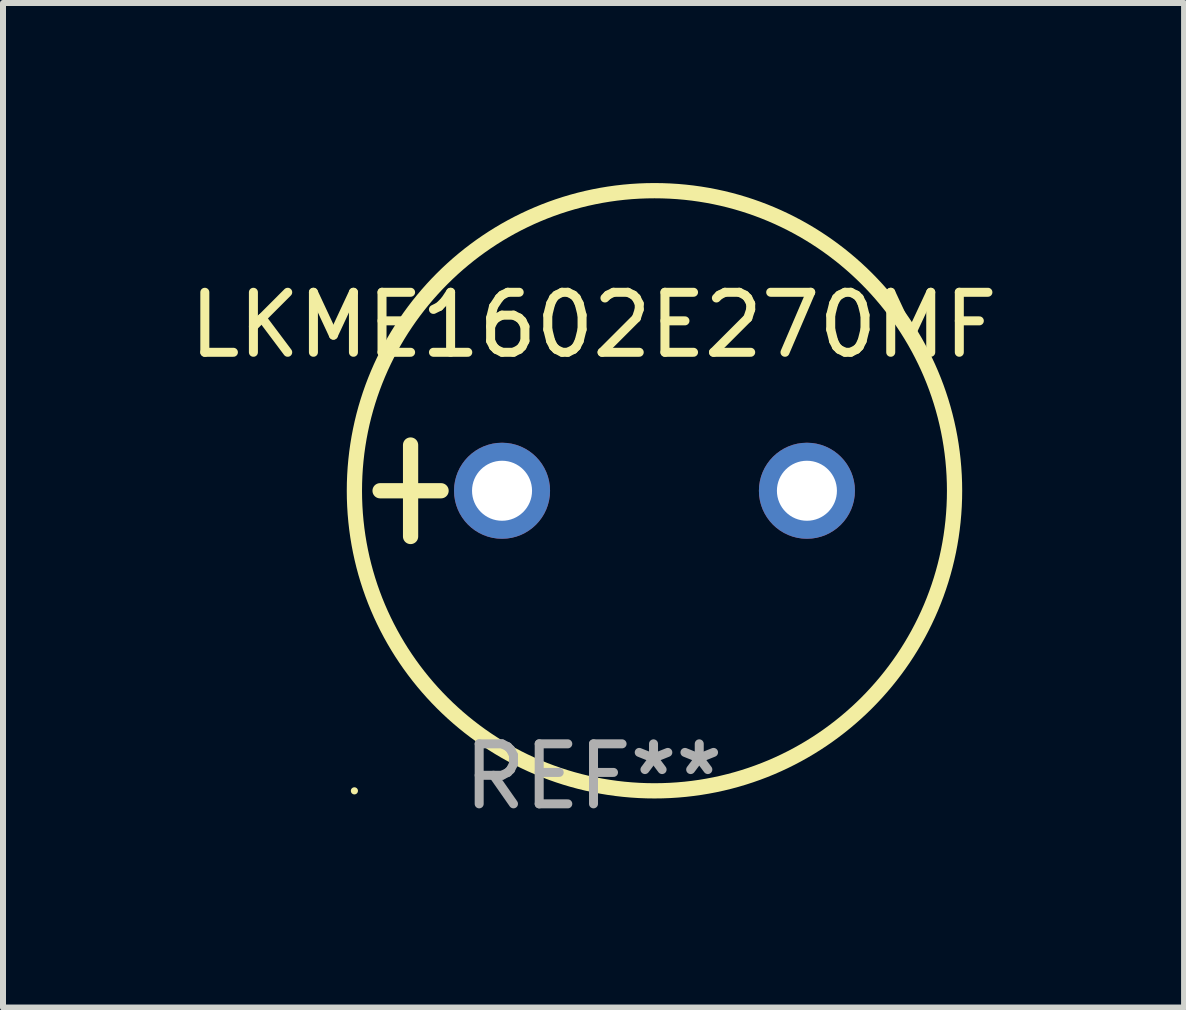
<source format=kicad_pcb>
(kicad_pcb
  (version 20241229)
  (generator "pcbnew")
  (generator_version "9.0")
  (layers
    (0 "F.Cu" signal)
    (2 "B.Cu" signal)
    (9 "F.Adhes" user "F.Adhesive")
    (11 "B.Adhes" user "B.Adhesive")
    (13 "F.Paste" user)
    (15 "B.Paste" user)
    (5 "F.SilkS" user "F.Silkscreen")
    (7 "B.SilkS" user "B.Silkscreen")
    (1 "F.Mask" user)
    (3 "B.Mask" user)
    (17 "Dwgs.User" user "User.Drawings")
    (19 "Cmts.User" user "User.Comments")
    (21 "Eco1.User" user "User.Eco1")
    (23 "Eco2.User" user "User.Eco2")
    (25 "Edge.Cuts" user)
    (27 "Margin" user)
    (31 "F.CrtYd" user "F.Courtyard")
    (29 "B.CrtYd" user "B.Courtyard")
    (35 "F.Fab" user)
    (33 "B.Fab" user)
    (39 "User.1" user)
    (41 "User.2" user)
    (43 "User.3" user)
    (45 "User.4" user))
  (footprint "LKME1602E270MF"
    (layer "F.Cu")
    (at 6.839 5.127)
    (property "Reference" "LKME1602E270MF" (at 0 -2.762 0) (layer "F.SilkS") (effects (font (size 1 1) (thickness 0.15))))
    (attr through_hole)
    (fp_line (start -3.556 0) (end -2.54 0) (stroke (width 0.254) (type solid)) (layer "F.SilkS"))
    (fp_line (start -3.048 -0.762) (end -3.048 0.762) (stroke (width 0.254) (type solid)) (layer "F.SilkS"))
    (fp_circle (center -3.984 5) (end -3.954 5) (stroke (width 0.06) (type solid)) (fill no) (layer "F.SilkS"))
    (fp_circle (center 1.016 0) (end 6.016 0) (stroke (width 0.254) (type solid)) (fill no) (layer "F.SilkS"))
    (fp_text user "REF**" (at 0 4.762 0) (layer "F.Fab") (effects (font (size 1 1) (thickness 0.15))))
    (pad "1" thru_hole circle (at -1.524 0) (size 1.6 1.6) (drill 1) (layers "*.Cu" "*.Mask"))
    (pad "2" thru_hole circle (at 3.556 0) (size 1.6 1.6) (drill 1) (layers "*.Cu" "*.Mask")))
  (gr_rect
    (start -3 -3)
    (end 16.679 13.737)
    (stroke (width 0.1) (type default))
    (fill no)
    (layer "Edge.Cuts")))
</source>
